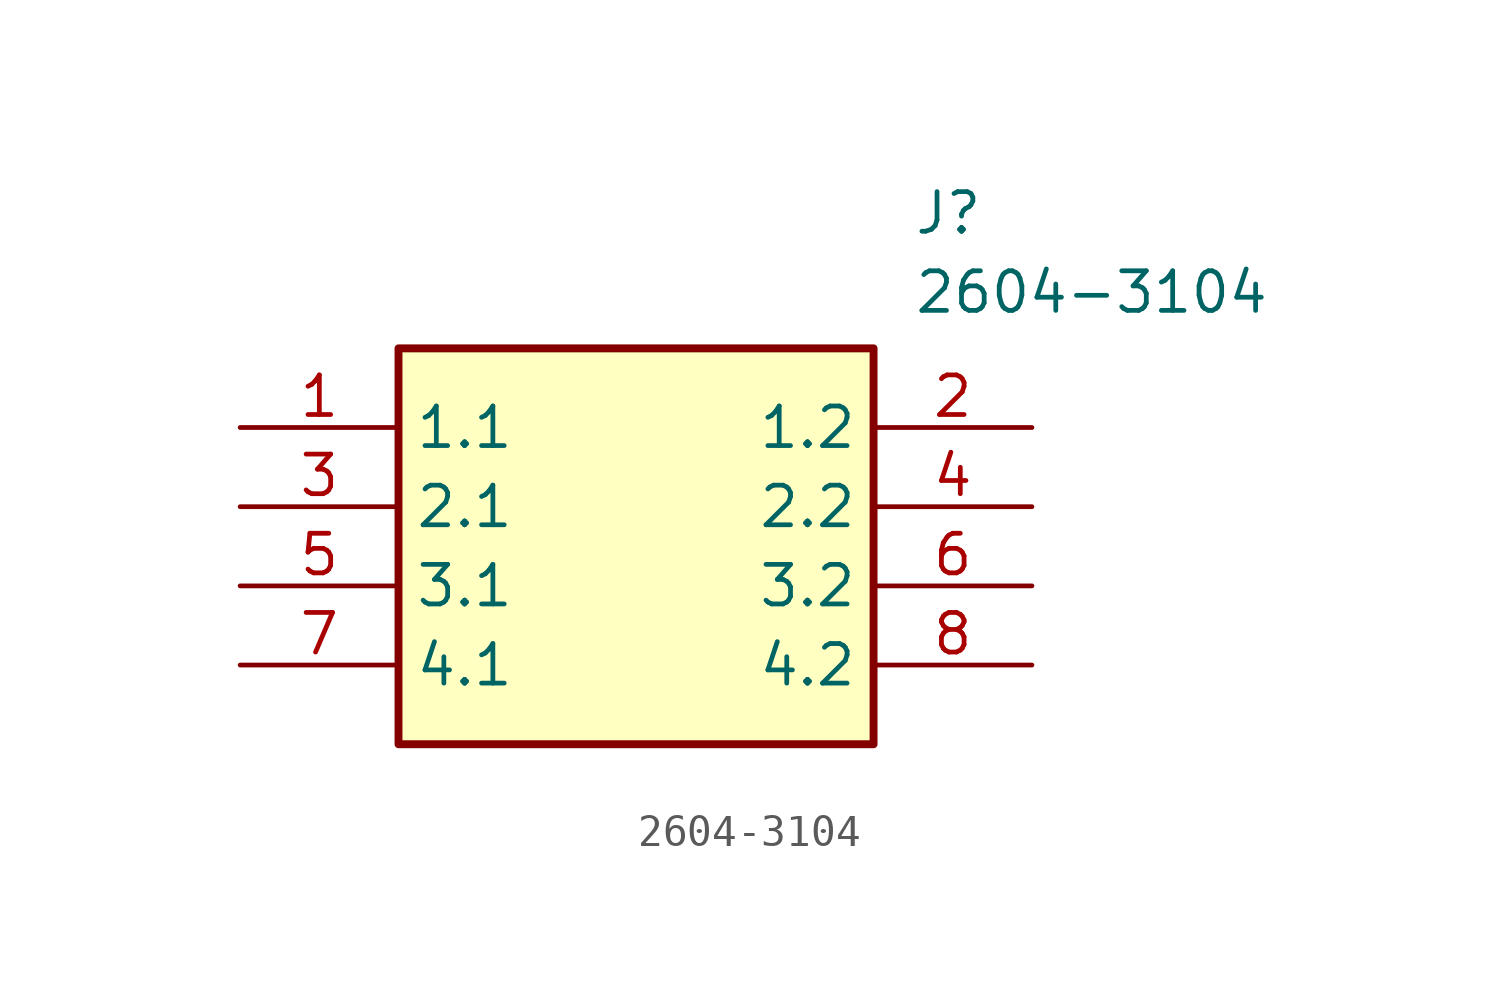
<source format=kicad_sym>
(kicad_symbol_lib
  (version 20211014)
  (generator SamacSys_ECAD_Model)
  (symbol "2604-3104"
    (property "Reference" "J"
      (at 21.59 7.62 0)
      (effects (font (size 1.27 1.27)) (justify left top)))
    (property "Value" "2604-3104"
      (at 21.59 5.08 0)
      (effects (font (size 1.27 1.27)) (justify left top)))
    (rectangle
      (start 5.08 2.54)
      (end 20.32 -10.16)
      (stroke (width 0.254) (type default))
      (fill (type background)))
    (pin passive line
      (at 0 0 0)
      (length 5.08)
      (name "1.1" (effects (font (size 1.27 1.27))))
      (number "1" (effects (font (size 1.27 1.27)))))
    (pin passive line
      (at 25.4 0 180)
      (length 5.08)
      (name "1.2" (effects (font (size 1.27 1.27))))
      (number "2" (effects (font (size 1.27 1.27)))))
    (pin passive line
      (at 0 -2.54 0)
      (length 5.08)
      (name "2.1" (effects (font (size 1.27 1.27))))
      (number "3" (effects (font (size 1.27 1.27)))))
    (pin passive line
      (at 25.4 -2.54 180)
      (length 5.08)
      (name "2.2" (effects (font (size 1.27 1.27))))
      (number "4" (effects (font (size 1.27 1.27)))))
    (pin passive line
      (at 0 -5.08 0)
      (length 5.08)
      (name "3.1" (effects (font (size 1.27 1.27))))
      (number "5" (effects (font (size 1.27 1.27)))))
    (pin passive line
      (at 25.4 -5.08 180)
      (length 5.08)
      (name "3.2" (effects (font (size 1.27 1.27))))
      (number "6" (effects (font (size 1.27 1.27)))))
    (pin passive line
      (at 0 -7.62 0)
      (length 5.08)
      (name "4.1" (effects (font (size 1.27 1.27))))
      (number "7" (effects (font (size 1.27 1.27)))))
    (pin passive line
      (at 25.4 -7.62 180)
      (length 5.08)
      (name "4.2" (effects (font (size 1.27 1.27))))
      (number "8" (effects (font (size 1.27 1.27)))))))
</source>
